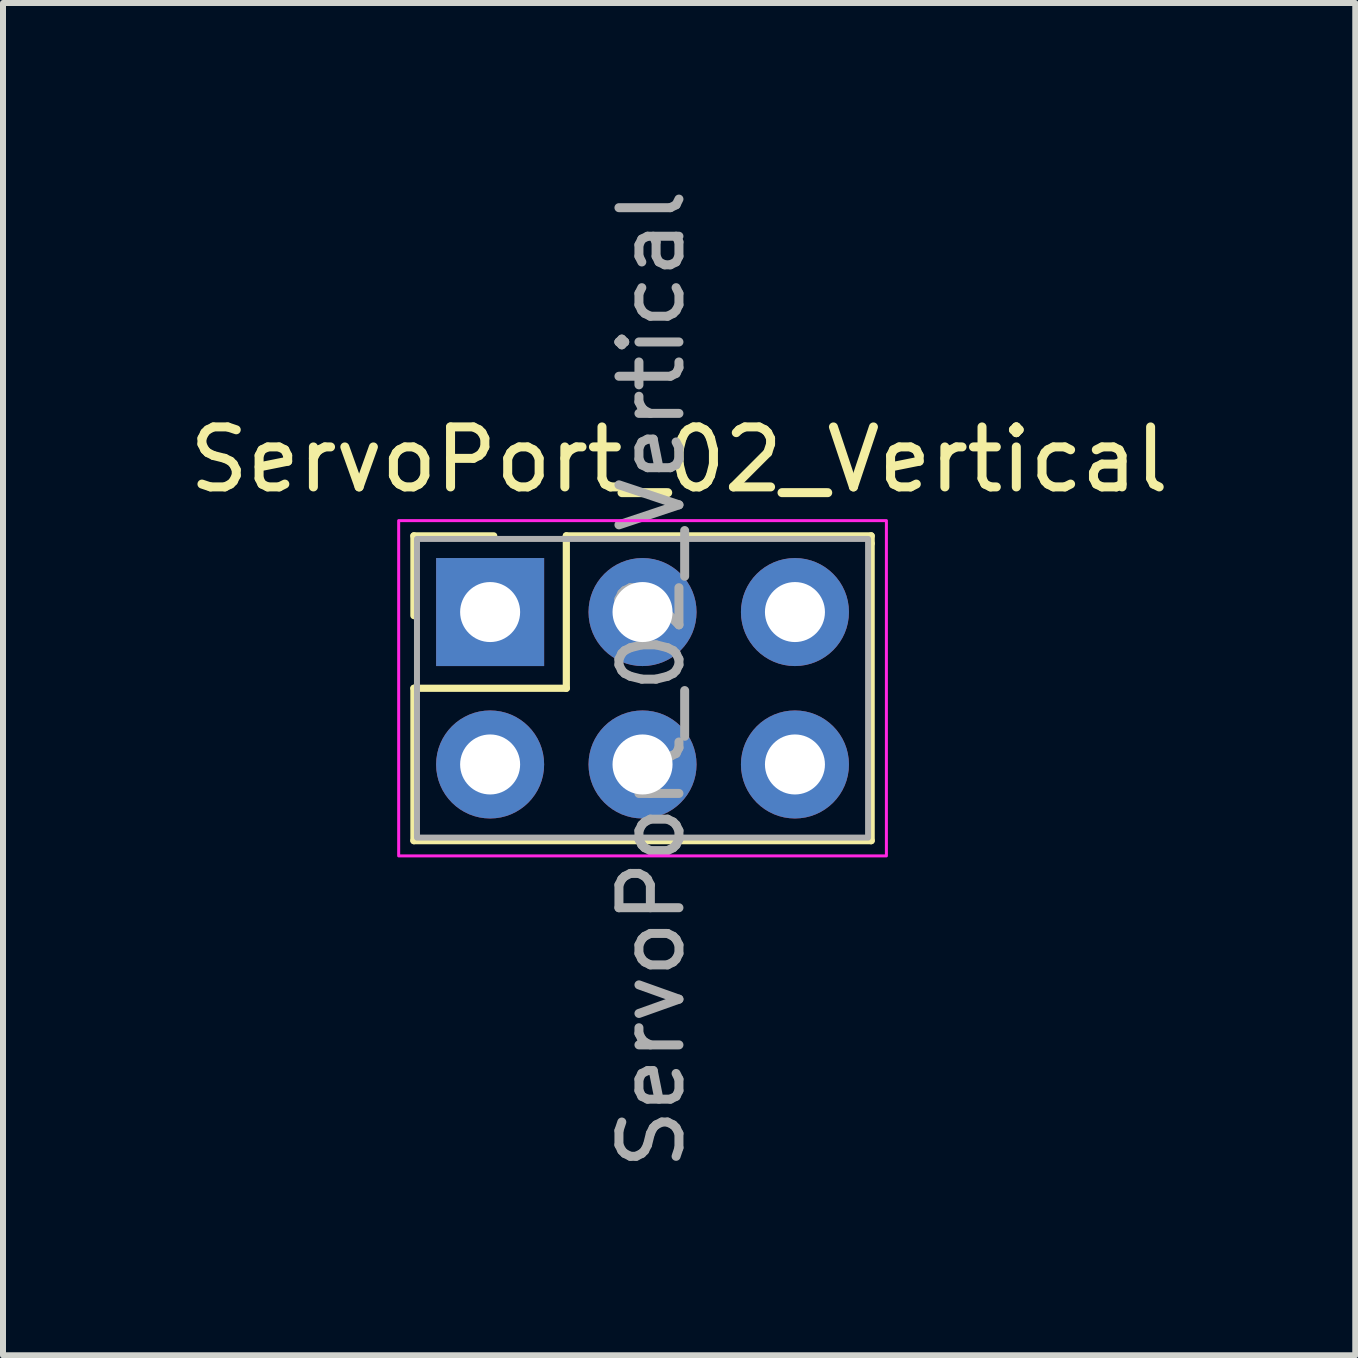
<source format=kicad_pcb>
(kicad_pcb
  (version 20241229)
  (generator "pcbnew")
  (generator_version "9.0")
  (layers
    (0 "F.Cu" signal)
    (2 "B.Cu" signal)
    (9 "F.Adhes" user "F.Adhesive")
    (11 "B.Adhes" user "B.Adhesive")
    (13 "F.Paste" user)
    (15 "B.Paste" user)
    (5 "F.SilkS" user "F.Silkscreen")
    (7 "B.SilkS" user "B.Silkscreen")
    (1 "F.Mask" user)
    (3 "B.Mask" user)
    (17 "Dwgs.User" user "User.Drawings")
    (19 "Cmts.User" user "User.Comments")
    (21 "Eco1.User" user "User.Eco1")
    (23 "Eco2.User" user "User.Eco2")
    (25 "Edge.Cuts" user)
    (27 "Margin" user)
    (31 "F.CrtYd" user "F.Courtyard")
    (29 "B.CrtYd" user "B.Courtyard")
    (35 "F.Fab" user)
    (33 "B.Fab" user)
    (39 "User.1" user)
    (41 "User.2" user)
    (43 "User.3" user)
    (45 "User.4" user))
  (footprint "ServoPort_02_Vertical"
    (layer "F.Cu")
    (at 5.118 7.15)
    (property "Reference" "ServoPort_02_Vertical" (at 3.15 -2.54 0) (unlocked yes) (layer "F.SilkS") (effects (font (size 1 1) (thickness 0.15))))
    (attr through_hole)
    (fp_line (start -1.27 -1.27) (end 0.06 -1.27) (stroke (width 0.12) (type solid)) (layer "F.SilkS"))
    (fp_line (start -1.27 0.06) (end -1.27 -1.27) (stroke (width 0.12) (type solid)) (layer "F.SilkS"))
    (fp_line (start -1.27 1.27) (end -1.27 3.81) (stroke (width 0.12) (type solid)) (layer "F.SilkS"))
    (fp_line (start -1.27 3.81) (end 6.35 3.81) (stroke (width 0.12) (type solid)) (layer "F.SilkS"))
    (fp_line (start 1.27 -1.27) (end 1.27 1.27) (stroke (width 0.12) (type solid)) (layer "F.SilkS"))
    (fp_line (start 1.27 1.27) (end -1.27 1.27) (stroke (width 0.12) (type solid)) (layer "F.SilkS"))
    (fp_line (start 6.35 -1.27) (end 1.27 -1.27) (stroke (width 0.12) (type solid)) (layer "F.SilkS"))
    (fp_line (start 6.35 -1.143) (end 6.35 -1.27) (stroke (width 0.12) (type solid)) (layer "F.SilkS"))
    (fp_line (start 6.35 3.81) (end 6.35 -1.143) (stroke (width 0.12) (type solid)) (layer "F.SilkS"))
    (fp_rect (start -1.524 -1.524) (end 6.604 4.064) (stroke (width 0.05) (type solid)) (fill no) (layer "F.CrtYd"))
    (fp_rect (start -1.219 -1.219) (end 6.299 3.759) (stroke (width 0.1) (type solid)) (fill no) (layer "F.Fab"))
    (fp_text user "${REFERENCE}" (at 2.692 1.118 90) (unlocked yes) (layer "F.Fab") (effects (font (size 1 1) (thickness 0.15))))
    (pad "1" thru_hole rect (at 0 0) (size 1.8 1.8) (drill 1) (layers "*.Cu" "*.Mask"))
    (pad "2" thru_hole circle (at 0 2.54) (size 1.8 1.8) (drill 1) (layers "*.Cu" "*.Mask"))
    (pad "GND" thru_hole circle (at 5.08 0) (size 1.8 1.8) (drill 1) (layers "*.Cu" "*.Mask"))
    (pad "GND" thru_hole circle (at 5.08 2.54) (size 1.8 1.8) (drill 1) (layers "*.Cu" "*.Mask"))
    (pad "VCC" thru_hole circle (at 2.54 0) (size 1.8 1.8) (drill 1) (layers "*.Cu" "*.Mask"))
    (pad "VCC" thru_hole circle (at 2.54 2.54) (size 1.8 1.8) (drill 1) (layers "*.Cu" "*.Mask")))
  (gr_rect
    (start -3 -3)
    (end 19.536 19.536)
    (stroke (width 0.1) (type default))
    (fill no)
    (layer "Edge.Cuts")))
</source>
